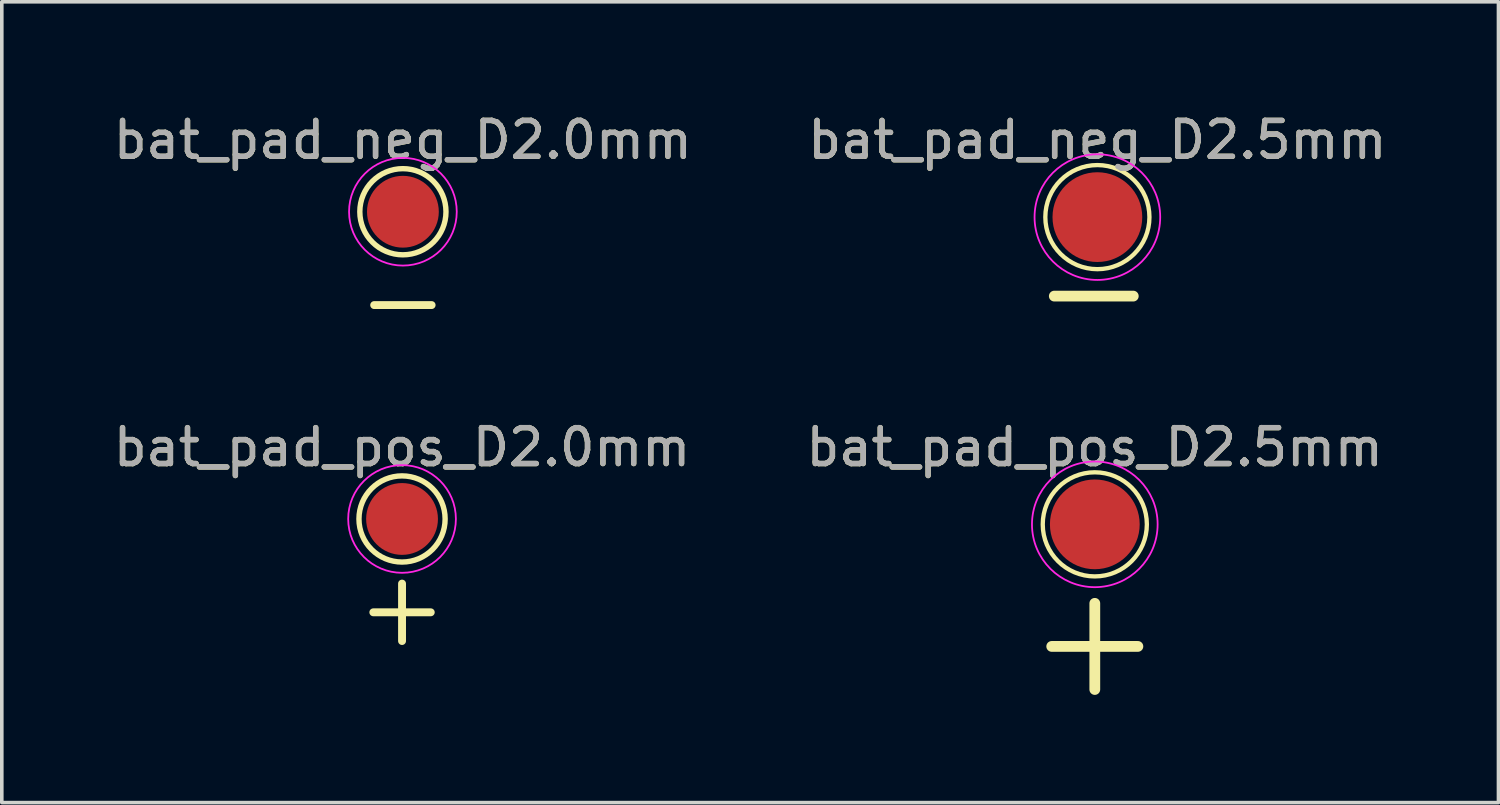
<source format=kicad_pcb>
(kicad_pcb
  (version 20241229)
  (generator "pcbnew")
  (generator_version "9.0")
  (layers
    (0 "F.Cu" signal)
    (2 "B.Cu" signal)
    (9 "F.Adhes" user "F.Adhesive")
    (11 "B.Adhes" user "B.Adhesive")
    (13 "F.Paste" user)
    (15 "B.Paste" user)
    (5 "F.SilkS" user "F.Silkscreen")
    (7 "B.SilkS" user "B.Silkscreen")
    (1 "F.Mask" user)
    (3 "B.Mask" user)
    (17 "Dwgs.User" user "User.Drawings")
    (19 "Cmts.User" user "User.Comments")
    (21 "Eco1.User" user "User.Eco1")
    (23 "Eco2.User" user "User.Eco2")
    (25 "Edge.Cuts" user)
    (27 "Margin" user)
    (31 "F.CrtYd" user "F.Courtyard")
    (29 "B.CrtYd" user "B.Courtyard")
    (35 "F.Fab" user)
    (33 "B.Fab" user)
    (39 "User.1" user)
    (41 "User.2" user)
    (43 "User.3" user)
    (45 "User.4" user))
  (footprint "bat_pad_neg_D2.0mm"
    (layer "F.Cu")
    (at 8.173 2.848)
    (property "Reference" "bat_pad_neg_D2.0mm" (at 0 -1.998 0) (layer "F.SilkS") (effects (font (size 1 1) (thickness 0.15))))
    (attr exclude_from_pos_files exclude_from_bom)
    (fp_line (start -0.8 2.6) (end 0.8 2.6) (stroke (width 0.22) (type solid)) (layer "F.SilkS"))
    (fp_circle (center 0 0) (end 1.2 0) (stroke (width 0.15) (type solid)) (fill no) (layer "F.SilkS"))
    (fp_circle (center 0 0) (end 1.5 0) (stroke (width 0.05) (type solid)) (fill no) (layer "F.CrtYd"))
    (fp_text user "${REFERENCE}" (at 0 -2 0) (layer "F.Fab") (effects (font (size 1 1) (thickness 0.15))))
    (pad "1" smd circle (at 0 0) (size 2 2) (layers "F.Cu" "F.Mask")))
  (footprint "bat_pad_neg_D2.5mm"
    (layer "F.Cu")
    (at 27.518 2.998)
    (property "Reference" "bat_pad_neg_D2.5mm" (at 0 -2.148 0) (layer "F.SilkS") (effects (font (size 1 1) (thickness 0.15))))
    (attr exclude_from_pos_files exclude_from_bom)
    (fp_line (start -1.2 2.2) (end 1 2.2) (stroke (width 0.3) (type solid)) (layer "F.SilkS"))
    (fp_circle (center 0 0) (end 0 1.45) (stroke (width 0.12) (type solid)) (fill no) (layer "F.SilkS"))
    (fp_circle (center 0 0) (end 1.75 0) (stroke (width 0.05) (type solid)) (fill no) (layer "F.CrtYd"))
    (fp_text user "${REFERENCE}" (at 0 -2.15 0) (layer "F.Fab") (effects (font (size 1 1) (thickness 0.15))))
    (pad "1" smd circle (at 0 0) (size 2.5 2.5) (layers "F.Cu" "F.Mask")))
  (footprint "bat_pad_pos_D2.5mm"
    (layer "F.Cu")
    (at 27.446 11.556)
    (property "Reference" "bat_pad_pos_D2.5mm" (at 0 -2.148 0) (layer "F.SilkS") (effects (font (size 1 1) (thickness 0.15))))
    (attr exclude_from_pos_files exclude_from_bom)
    (fp_line (start -1.2 3.4) (end 1.2 3.4) (stroke (width 0.3) (type solid)) (layer "F.SilkS"))
    (fp_line (start 0 4.6) (end 0 2.2) (stroke (width 0.3) (type solid)) (layer "F.SilkS"))
    (fp_circle (center 0 0) (end 0 1.45) (stroke (width 0.12) (type solid)) (fill no) (layer "F.SilkS"))
    (fp_circle (center 0 0) (end 1.75 0) (stroke (width 0.05) (type solid)) (fill no) (layer "F.CrtYd"))
    (fp_text user "${REFERENCE}" (at 0 -2.15 0) (layer "F.Fab") (effects (font (size 1 1) (thickness 0.15))))
    (pad "1" smd circle (at 0 0) (size 2.5 2.5) (layers "F.Cu" "F.Mask")))
  (footprint "bat_pad_pos_D2.0mm"
    (layer "F.Cu")
    (at 8.149 11.406)
    (property "Reference" "bat_pad_pos_D2.0mm" (at 0 -1.998 0) (layer "F.SilkS") (effects (font (size 1 1) (thickness 0.15))))
    (attr exclude_from_pos_files exclude_from_bom)
    (fp_line (start -0.8 2.6) (end 0.8 2.6) (stroke (width 0.22) (type solid)) (layer "F.SilkS"))
    (fp_line (start 0 3.4) (end 0 1.8) (stroke (width 0.22) (type solid)) (layer "F.SilkS"))
    (fp_circle (center 0 0) (end 1.2 0) (stroke (width 0.15) (type solid)) (fill no) (layer "F.SilkS"))
    (fp_circle (center 0 0) (end 1.5 0) (stroke (width 0.05) (type solid)) (fill no) (layer "F.CrtYd"))
    (fp_text user "${REFERENCE}" (at 0 -2 0) (layer "F.Fab") (effects (font (size 1 1) (thickness 0.15))))
    (pad "1" smd circle (at 0 0) (size 2 2) (layers "F.Cu" "F.Mask")))
  (gr_rect
    (start -3 -3)
    (end 38.69 19.306)
    (stroke (width 0.1) (type default))
    (fill no)
    (layer "Edge.Cuts")))
</source>
